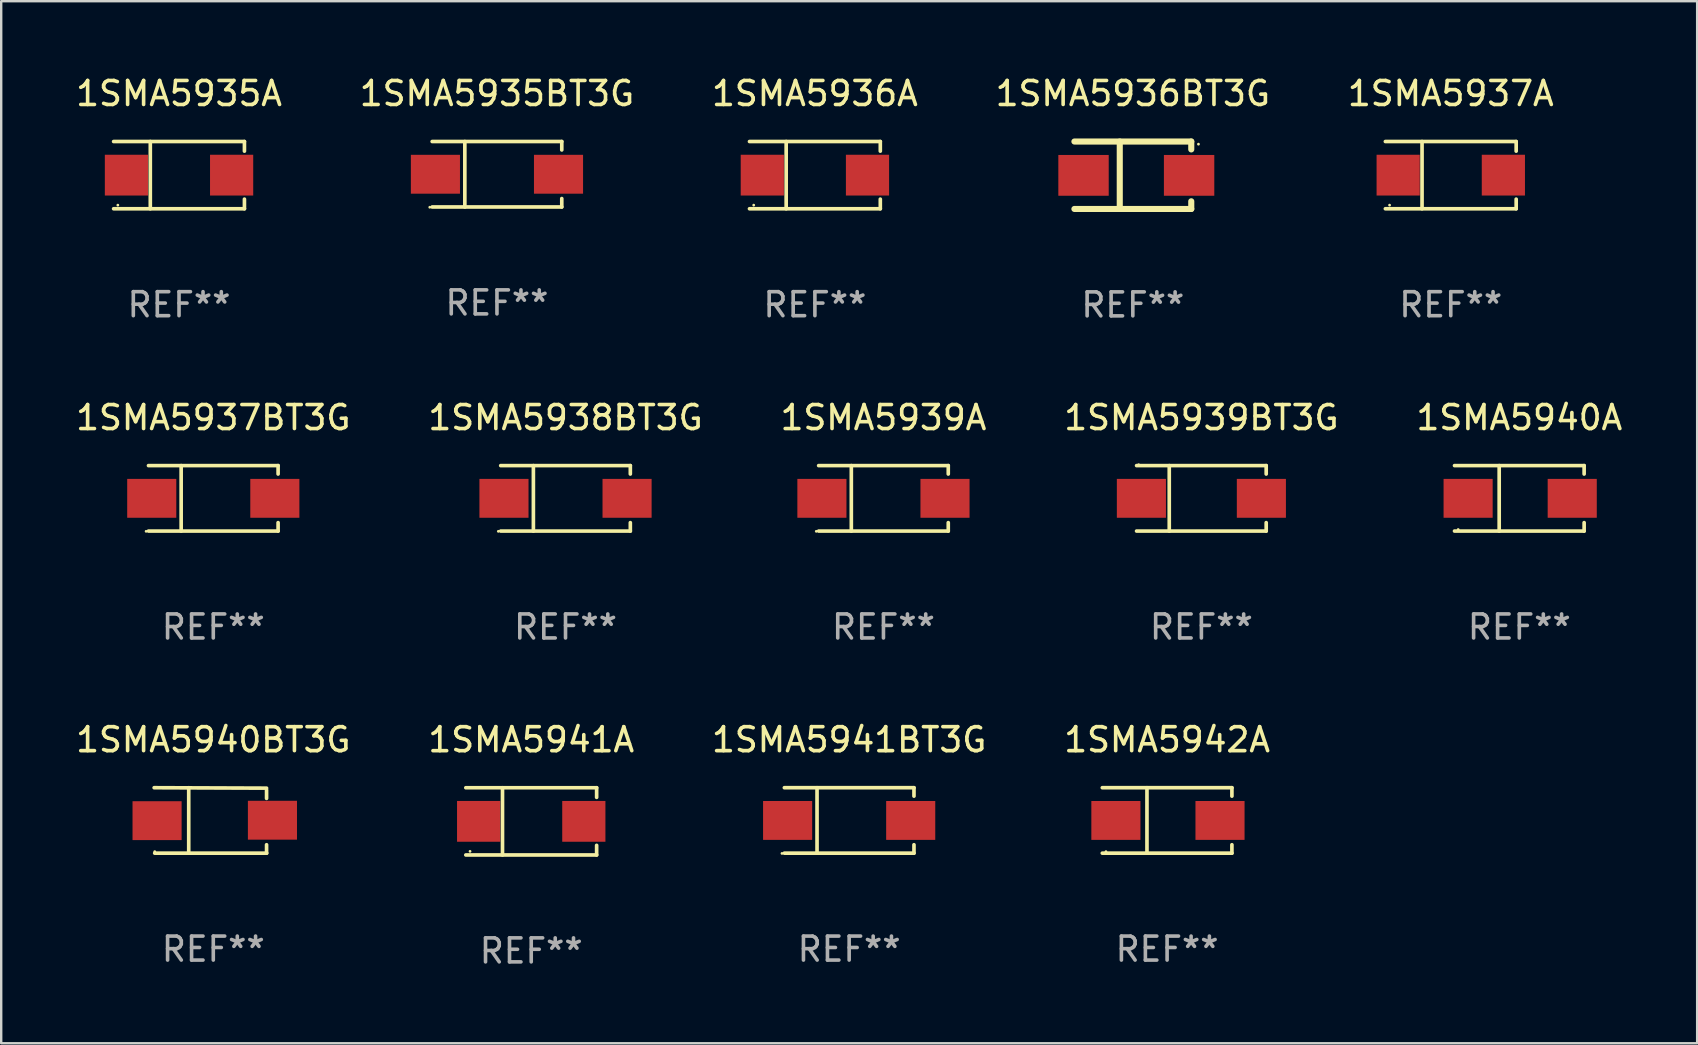
<source format=kicad_pcb>
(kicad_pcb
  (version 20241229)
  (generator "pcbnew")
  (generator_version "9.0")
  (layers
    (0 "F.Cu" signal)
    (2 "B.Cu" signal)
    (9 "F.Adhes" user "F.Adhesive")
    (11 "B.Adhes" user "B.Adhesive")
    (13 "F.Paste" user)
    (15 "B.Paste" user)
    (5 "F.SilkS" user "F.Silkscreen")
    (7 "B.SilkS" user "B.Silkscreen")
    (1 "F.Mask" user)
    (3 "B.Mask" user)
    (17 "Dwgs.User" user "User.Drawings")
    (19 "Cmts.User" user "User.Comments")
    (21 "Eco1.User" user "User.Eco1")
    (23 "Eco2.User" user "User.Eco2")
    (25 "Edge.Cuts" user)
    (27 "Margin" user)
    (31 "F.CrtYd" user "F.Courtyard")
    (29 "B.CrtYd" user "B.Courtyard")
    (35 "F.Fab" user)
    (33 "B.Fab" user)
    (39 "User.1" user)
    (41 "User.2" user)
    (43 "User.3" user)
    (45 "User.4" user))
  (footprint "1SMA5941A"
    (layer "F.Cu")
    (at 19.089 31.18)
    (property "Reference" "1SMA5941A" (at 0 -3.401 0) (layer "F.SilkS") (effects (font (size 1 1) (thickness 0.15))))
    (attr through_hole)
    (fp_line (start -2.726 -1.401) (end 2.726 -1.401) (stroke (width 0.152) (type solid)) (layer "F.SilkS"))
    (fp_line (start -2.726 1.401) (end 2.726 1.401) (stroke (width 0.152) (type solid)) (layer "F.SilkS"))
    (fp_line (start -1.197 -1.401) (end -1.197 1.401) (stroke (width 0.152) (type solid)) (layer "F.SilkS"))
    (fp_line (start 2.726 -1.401) (end 2.726 -1) (stroke (width 0.152) (type solid)) (layer "F.SilkS"))
    (fp_line (start 2.726 1.401) (end 2.726 1) (stroke (width 0.152) (type solid)) (layer "F.SilkS"))
    (fp_circle (center -2.55 1.25) (end -2.52 1.25) (stroke (width 0.06) (type solid)) (fill no) (layer "F.SilkS"))
    (fp_text user "REF**" (at 0 5.401 0) (layer "F.Fab") (effects (font (size 1 1) (thickness 0.15))))
    (pad "1" smd rect (at -2.192 0) (size 1.8 1.7) (layers "F.Cu" "F.Mask" "F.Paste"))
    (pad "2" smd rect (at 2.192 0) (size 1.8 1.7) (layers "F.Cu" "F.Mask" "F.Paste")))
  (footprint "1SMA5939BT3G"
    (layer "F.Cu")
    (at 47.018 17.718)
    (property "Reference" "1SMA5939BT3G" (at 0 -3.364 0) (layer "F.SilkS") (effects (font (size 1 1) (thickness 0.15))))
    (attr through_hole)
    (fp_line (start -2.701 -1.364) (end 2.701 -1.364) (stroke (width 0.152) (type solid)) (layer "F.SilkS"))
    (fp_line (start -2.701 1.364) (end 2.701 1.364) (stroke (width 0.152) (type solid)) (layer "F.SilkS"))
    (fp_line (start -1.339 -1.364) (end -1.339 1.364) (stroke (width 0.152) (type solid)) (layer "F.SilkS"))
    (fp_line (start 2.701 -1.364) (end 2.701 -1.013) (stroke (width 0.152) (type solid)) (layer "F.SilkS"))
    (fp_line (start 2.701 1.364) (end 2.701 1.013) (stroke (width 0.152) (type solid)) (layer "F.SilkS"))
    (fp_circle (center -2.615 -1.4) (end -2.585 -1.4) (stroke (width 0.06) (type solid)) (fill no) (layer "F.SilkS"))
    (fp_text user "REF**" (at 0 5.364 0) (layer "F.Fab") (effects (font (size 1 1) (thickness 0.15))))
    (pad "1" smd rect (at -2.5 0) (size 2.046 1.62) (layers "F.Cu" "F.Mask" "F.Paste"))
    (pad "2" smd rect (at 2.5 0) (size 2.046 1.62) (layers "F.Cu" "F.Mask" "F.Paste")))
  (footprint "1SMA5941BT3G"
    (layer "F.Cu")
    (at 32.339 31.142)
    (property "Reference" "1SMA5941BT3G" (at 0 -3.364 0) (layer "F.SilkS") (effects (font (size 1 1) (thickness 0.15))))
    (attr through_hole)
    (fp_line (start -2.701 -1.364) (end 2.701 -1.364) (stroke (width 0.152) (type solid)) (layer "F.SilkS"))
    (fp_line (start -2.701 1.364) (end 2.701 1.364) (stroke (width 0.152) (type solid)) (layer "F.SilkS"))
    (fp_line (start -1.339 -1.364) (end -1.339 1.364) (stroke (width 0.152) (type solid)) (layer "F.SilkS"))
    (fp_line (start 2.701 -1.364) (end 2.701 -1.013) (stroke (width 0.152) (type solid)) (layer "F.SilkS"))
    (fp_line (start 2.701 1.364) (end 2.701 1.013) (stroke (width 0.152) (type solid)) (layer "F.SilkS"))
    (fp_circle (center -2.8 1.375) (end -2.77 1.375) (stroke (width 0.06) (type solid)) (fill no) (layer "F.SilkS"))
    (fp_text user "REF**" (at 0 5.364 0) (layer "F.Fab") (effects (font (size 1 1) (thickness 0.15))))
    (pad "1" smd rect (at -2.565 -0.000025) (size 2.046 1.62) (layers "F.Cu" "F.Mask" "F.Paste"))
    (pad "2" smd rect (at 2.565 -0.000025) (size 2.046 1.62) (layers "F.Cu" "F.Mask" "F.Paste")))
  (footprint "1SMA5937BT3G"
    (layer "F.Cu")
    (at 5.839 17.718)
    (property "Reference" "1SMA5937BT3G" (at 0 -3.364 0) (layer "F.SilkS") (effects (font (size 1 1) (thickness 0.15))))
    (attr through_hole)
    (fp_line (start -2.701 -1.364) (end 2.701 -1.364) (stroke (width 0.152) (type solid)) (layer "F.SilkS"))
    (fp_line (start -2.701 1.364) (end 2.701 1.364) (stroke (width 0.152) (type solid)) (layer "F.SilkS"))
    (fp_line (start -1.339 -1.364) (end -1.339 1.364) (stroke (width 0.152) (type solid)) (layer "F.SilkS"))
    (fp_line (start 2.701 -1.364) (end 2.701 -1.013) (stroke (width 0.152) (type solid)) (layer "F.SilkS"))
    (fp_line (start 2.701 1.364) (end 2.701 1.013) (stroke (width 0.152) (type solid)) (layer "F.SilkS"))
    (fp_circle (center -2.8 1.375) (end -2.77 1.375) (stroke (width 0.06) (type solid)) (fill no) (layer "F.SilkS"))
    (fp_text user "REF**" (at 0 5.364 0) (layer "F.Fab") (effects (font (size 1 1) (thickness 0.15))))
    (pad "1" smd rect (at -2.565 -0.000025) (size 2.046 1.62) (layers "F.Cu" "F.Mask" "F.Paste"))
    (pad "2" smd rect (at 2.565 -0.000025) (size 2.046 1.62) (layers "F.Cu" "F.Mask" "F.Paste")))
  (footprint "1SMA5938BT3G"
    (layer "F.Cu")
    (at 20.518 17.718)
    (property "Reference" "1SMA5938BT3G" (at 0 -3.364 0) (layer "F.SilkS") (effects (font (size 1 1) (thickness 0.15))))
    (attr through_hole)
    (fp_line (start -2.701 -1.364) (end 2.701 -1.364) (stroke (width 0.152) (type solid)) (layer "F.SilkS"))
    (fp_line (start -2.701 1.364) (end 2.701 1.364) (stroke (width 0.152) (type solid)) (layer "F.SilkS"))
    (fp_line (start -1.339 -1.364) (end -1.339 1.364) (stroke (width 0.152) (type solid)) (layer "F.SilkS"))
    (fp_line (start 2.701 -1.364) (end 2.701 -1.013) (stroke (width 0.152) (type solid)) (layer "F.SilkS"))
    (fp_line (start 2.701 1.364) (end 2.701 1.013) (stroke (width 0.152) (type solid)) (layer "F.SilkS"))
    (fp_circle (center -2.8 1.375) (end -2.77 1.375) (stroke (width 0.06) (type solid)) (fill no) (layer "F.SilkS"))
    (fp_text user "REF**" (at 0 5.364 0) (layer "F.Fab") (effects (font (size 1 1) (thickness 0.15))))
    (pad "1" smd rect (at -2.565 -0.000025) (size 2.046 1.62) (layers "F.Cu" "F.Mask" "F.Paste"))
    (pad "2" smd rect (at 2.565 -0.000025) (size 2.046 1.62) (layers "F.Cu" "F.Mask" "F.Paste")))
  (footprint "1SMA5939A"
    (layer "F.Cu")
    (at 33.768 17.718)
    (property "Reference" "1SMA5939A" (at 0 -3.364 0) (layer "F.SilkS") (effects (font (size 1 1) (thickness 0.15))))
    (attr through_hole)
    (fp_line (start -2.701 -1.364) (end 2.701 -1.364) (stroke (width 0.152) (type solid)) (layer "F.SilkS"))
    (fp_line (start -2.701 1.364) (end 2.701 1.364) (stroke (width 0.152) (type solid)) (layer "F.SilkS"))
    (fp_line (start -1.339 -1.364) (end -1.339 1.364) (stroke (width 0.152) (type solid)) (layer "F.SilkS"))
    (fp_line (start 2.701 -1.364) (end 2.701 -1.013) (stroke (width 0.152) (type solid)) (layer "F.SilkS"))
    (fp_line (start 2.701 1.364) (end 2.701 1.013) (stroke (width 0.152) (type solid)) (layer "F.SilkS"))
    (fp_circle (center -2.8 1.375) (end -2.77 1.375) (stroke (width 0.06) (type solid)) (fill no) (layer "F.SilkS"))
    (fp_text user "REF**" (at 0 5.364 0) (layer "F.Fab") (effects (font (size 1 1) (thickness 0.15))))
    (pad "1" smd rect (at -2.565 -0.000025) (size 2.046 1.62) (layers "F.Cu" "F.Mask" "F.Paste"))
    (pad "2" smd rect (at 2.565 -0.000025) (size 2.046 1.62) (layers "F.Cu" "F.Mask" "F.Paste")))
  (footprint "1SMA5935A"
    (layer "F.Cu")
    (at 4.411 4.249)
    (property "Reference" "1SMA5935A" (at 0 -3.401 0) (layer "F.SilkS") (effects (font (size 1 1) (thickness 0.15))))
    (attr through_hole)
    (fp_line (start -2.726 -1.401) (end 2.726 -1.401) (stroke (width 0.152) (type solid)) (layer "F.SilkS"))
    (fp_line (start -2.726 1.401) (end 2.726 1.401) (stroke (width 0.152) (type solid)) (layer "F.SilkS"))
    (fp_line (start -1.197 -1.401) (end -1.197 1.401) (stroke (width 0.152) (type solid)) (layer "F.SilkS"))
    (fp_line (start 2.726 -1.401) (end 2.726 -1) (stroke (width 0.152) (type solid)) (layer "F.SilkS"))
    (fp_line (start 2.726 1.401) (end 2.726 1) (stroke (width 0.152) (type solid)) (layer "F.SilkS"))
    (fp_circle (center -2.55 1.25) (end -2.52 1.25) (stroke (width 0.06) (type solid)) (fill no) (layer "F.SilkS"))
    (fp_text user "REF**" (at 0 5.401 0) (layer "F.Fab") (effects (font (size 1 1) (thickness 0.15))))
    (pad "1" smd rect (at -2.192 0) (size 1.8 1.7) (layers "F.Cu" "F.Mask" "F.Paste"))
    (pad "2" smd rect (at 2.192 0) (size 1.8 1.7) (layers "F.Cu" "F.Mask" "F.Paste")))
  (footprint "1SMA5940BT3G"
    (layer "F.Cu")
    (at 5.839 31.142)
    (property "Reference" "1SMA5940BT3G" (at 0 -3.364 0) (layer "F.SilkS") (effects (font (size 1 1) (thickness 0.15))))
    (attr through_hole)
    (fp_line (start -2.465 -1.364) (end 2.22 -1.346) (stroke (width 0.152) (type solid)) (layer "F.SilkS"))
    (fp_line (start -2.442 1.364) (end 2.226 1.364) (stroke (width 0.152) (type solid)) (layer "F.SilkS"))
    (fp_line (start -1.024 -1.364) (end -1.024 1.364) (stroke (width 0.152) (type solid)) (layer "F.SilkS"))
    (fp_line (start 2.22 -1.27) (end 2.22 -0.919) (stroke (width 0.152) (type solid)) (layer "F.SilkS"))
    (fp_line (start 2.22 1.364) (end 2.22 1.013) (stroke (width 0.152) (type solid)) (layer "F.SilkS"))
    (fp_circle (center -2.439 1.3) (end -2.409 1.3) (stroke (width 0.06) (type solid)) (fill no) (layer "F.SilkS"))
    (fp_text user "REF**" (at 0 5.364 0) (layer "F.Fab") (effects (font (size 1 1) (thickness 0.15))))
    (pad "1" smd rect (at -2.343 0.009) (size 2.046 1.62) (layers "F.Cu" "F.Mask" "F.Paste"))
    (pad "2" smd rect (at 2.465 -0.009 180) (size 2.046 1.62) (layers "F.Cu" "F.Mask" "F.Paste")))
  (footprint "1SMA5936A"
    (layer "F.Cu")
    (at 30.911 4.249)
    (property "Reference" "1SMA5936A" (at 0 -3.401 0) (layer "F.SilkS") (effects (font (size 1 1) (thickness 0.15))))
    (attr through_hole)
    (fp_line (start -2.726 -1.401) (end 2.726 -1.401) (stroke (width 0.152) (type solid)) (layer "F.SilkS"))
    (fp_line (start -2.726 1.401) (end 2.726 1.401) (stroke (width 0.152) (type solid)) (layer "F.SilkS"))
    (fp_line (start -1.197 -1.401) (end -1.197 1.401) (stroke (width 0.152) (type solid)) (layer "F.SilkS"))
    (fp_line (start 2.726 -1.401) (end 2.726 -1) (stroke (width 0.152) (type solid)) (layer "F.SilkS"))
    (fp_line (start 2.726 1.401) (end 2.726 1) (stroke (width 0.152) (type solid)) (layer "F.SilkS"))
    (fp_circle (center -2.55 1.25) (end -2.52 1.25) (stroke (width 0.06) (type solid)) (fill no) (layer "F.SilkS"))
    (fp_text user "REF**" (at 0 5.401 0) (layer "F.Fab") (effects (font (size 1 1) (thickness 0.15))))
    (pad "1" smd rect (at -2.192 0) (size 1.8 1.7) (layers "F.Cu" "F.Mask" "F.Paste"))
    (pad "2" smd rect (at 2.192 0) (size 1.8 1.7) (layers "F.Cu" "F.Mask" "F.Paste")))
  (footprint "1SMA5942A"
    (layer "F.Cu")
    (at 45.589 31.142)
    (property "Reference" "1SMA5942A" (at 0 -3.364 0) (layer "F.SilkS") (effects (font (size 1 1) (thickness 0.15))))
    (attr through_hole)
    (fp_line (start -2.701 -1.364) (end 2.701 -1.364) (stroke (width 0.152) (type solid)) (layer "F.SilkS"))
    (fp_line (start -2.701 1.364) (end 2.701 1.364) (stroke (width 0.152) (type solid)) (layer "F.SilkS"))
    (fp_line (start -0.839 -1.364) (end -0.839 1.364) (stroke (width 0.152) (type solid)) (layer "F.SilkS"))
    (fp_line (start 2.701 -1.364) (end 2.701 -1.013) (stroke (width 0.152) (type solid)) (layer "F.SilkS"))
    (fp_line (start 2.701 1.364) (end 2.701 1.013) (stroke (width 0.152) (type solid)) (layer "F.SilkS"))
    (fp_circle (center -2.548 1.3) (end -2.518 1.3) (stroke (width 0.06) (type solid)) (fill no) (layer "F.SilkS"))
    (fp_text user "REF**" (at 0 5.364 0) (layer "F.Fab") (effects (font (size 1 1) (thickness 0.15))))
    (pad "1" smd rect (at -2.134 0.000025) (size 2.046 1.62) (layers "F.Cu" "F.Mask" "F.Paste"))
    (pad "2" smd rect (at 2.205 0.000025) (size 2.046 1.62) (layers "F.Cu" "F.Mask" "F.Paste")))
  (footprint "1SMA5937A"
    (layer "F.Cu")
    (at 57.411 4.249)
    (property "Reference" "1SMA5937A" (at 0 -3.401 0) (layer "F.SilkS") (effects (font (size 1 1) (thickness 0.15))))
    (attr through_hole)
    (fp_line (start -2.726 -1.401) (end 2.726 -1.401) (stroke (width 0.152) (type solid)) (layer "F.SilkS"))
    (fp_line (start -2.726 1.401) (end 2.726 1.401) (stroke (width 0.152) (type solid)) (layer "F.SilkS"))
    (fp_line (start -1.197 -1.401) (end -1.197 1.401) (stroke (width 0.152) (type solid)) (layer "F.SilkS"))
    (fp_line (start 2.726 -1.401) (end 2.726 -1) (stroke (width 0.152) (type solid)) (layer "F.SilkS"))
    (fp_line (start 2.726 1.401) (end 2.726 1) (stroke (width 0.152) (type solid)) (layer "F.SilkS"))
    (fp_circle (center -2.55 1.25) (end -2.52 1.25) (stroke (width 0.06) (type solid)) (fill no) (layer "F.SilkS"))
    (fp_text user "REF**" (at 0 5.401 0) (layer "F.Fab") (effects (font (size 1 1) (thickness 0.15))))
    (pad "1" smd rect (at -2.192 0) (size 1.8 1.7) (layers "F.Cu" "F.Mask" "F.Paste"))
    (pad "2" smd rect (at 2.192 0) (size 1.8 1.7) (layers "F.Cu" "F.Mask" "F.Paste")))
  (footprint "1SMA5940A"
    (layer "F.Cu")
    (at 60.268 17.718)
    (property "Reference" "1SMA5940A" (at 0 -3.364 0) (layer "F.SilkS") (effects (font (size 1 1) (thickness 0.15))))
    (attr through_hole)
    (fp_line (start -2.701 -1.364) (end 2.701 -1.364) (stroke (width 0.152) (type solid)) (layer "F.SilkS"))
    (fp_line (start -2.701 1.364) (end 2.701 1.364) (stroke (width 0.152) (type solid)) (layer "F.SilkS"))
    (fp_line (start -0.839 -1.364) (end -0.839 1.364) (stroke (width 0.152) (type solid)) (layer "F.SilkS"))
    (fp_line (start 2.701 -1.364) (end 2.701 -1.013) (stroke (width 0.152) (type solid)) (layer "F.SilkS"))
    (fp_line (start 2.701 1.364) (end 2.701 1.013) (stroke (width 0.152) (type solid)) (layer "F.SilkS"))
    (fp_circle (center -2.548 1.3) (end -2.518 1.3) (stroke (width 0.06) (type solid)) (fill no) (layer "F.SilkS"))
    (fp_text user "REF**" (at 0 5.364 0) (layer "F.Fab") (effects (font (size 1 1) (thickness 0.15))))
    (pad "1" smd rect (at -2.134 0.000025) (size 2.046 1.62) (layers "F.Cu" "F.Mask" "F.Paste"))
    (pad "2" smd rect (at 2.205 0.000025) (size 2.046 1.62) (layers "F.Cu" "F.Mask" "F.Paste")))
  (footprint "1SMA5935BT3G"
    (layer "F.Cu")
    (at 17.661 4.212)
    (property "Reference" "1SMA5935BT3G" (at 0 -3.364 0) (layer "F.SilkS") (effects (font (size 1 1) (thickness 0.15))))
    (attr through_hole)
    (fp_line (start -2.701 -1.364) (end 2.701 -1.364) (stroke (width 0.152) (type solid)) (layer "F.SilkS"))
    (fp_line (start -2.701 1.364) (end 2.701 1.364) (stroke (width 0.152) (type solid)) (layer "F.SilkS"))
    (fp_line (start -1.339 -1.364) (end -1.339 1.364) (stroke (width 0.152) (type solid)) (layer "F.SilkS"))
    (fp_line (start 2.701 -1.364) (end 2.701 -1.013) (stroke (width 0.152) (type solid)) (layer "F.SilkS"))
    (fp_line (start 2.701 1.364) (end 2.701 1.013) (stroke (width 0.152) (type solid)) (layer "F.SilkS"))
    (fp_circle (center -2.8 1.375) (end -2.77 1.375) (stroke (width 0.06) (type solid)) (fill no) (layer "F.SilkS"))
    (fp_text user "REF**" (at 0 5.364 0) (layer "F.Fab") (effects (font (size 1 1) (thickness 0.15))))
    (pad "1" smd rect (at -2.565 -0.000025) (size 2.046 1.62) (layers "F.Cu" "F.Mask" "F.Paste"))
    (pad "2" smd rect (at 2.565 -0.000025) (size 2.046 1.62) (layers "F.Cu" "F.Mask" "F.Paste")))
  (footprint "1SMA5936BT3G"
    (layer "F.Cu")
    (at 44.161 4.253)
    (property "Reference" "1SMA5936BT3G" (at 0 -3.405 0) (layer "F.SilkS") (effects (font (size 1 1) (thickness 0.15))))
    (attr through_hole)
    (fp_line (start -2.435 -1.405) (end 2.435 -1.405) (stroke (width 0.254) (type solid)) (layer "F.SilkS"))
    (fp_line (start -2.435 1.405) (end 2.435 1.405) (stroke (width 0.254) (type solid)) (layer "F.SilkS"))
    (fp_line (start -0.545 -1.405) (end -0.545 1.405) (stroke (width 0.254) (type solid)) (layer "F.SilkS"))
    (fp_line (start 2.435 -1.405) (end 2.435 -1.076) (stroke (width 0.254) (type solid)) (layer "F.SilkS"))
    (fp_line (start 2.435 1.086) (end 2.435 1.405) (stroke (width 0.254) (type solid)) (layer "F.SilkS"))
    (fp_circle (center 2.735 -1.295) (end 2.765 -1.295) (stroke (width 0.06) (type solid)) (fill no) (layer "F.SilkS"))
    (fp_text user "REF**" (at 0 5.405 0) (layer "F.Fab") (effects (font (size 1 1) (thickness 0.15))))
    (pad "1" smd rect (at 2.345 0.005) (size 2.1 1.7) (layers "F.Cu" "F.Mask" "F.Paste"))
    (pad "2" smd rect (at -2.055 0.005) (size 2.1 1.7) (layers "F.Cu" "F.Mask" "F.Paste")))
  (gr_rect
    (start -3 -3)
    (end 67.679 40.429)
    (stroke (width 0.1) (type default))
    (fill no)
    (layer "Edge.Cuts")))
</source>
